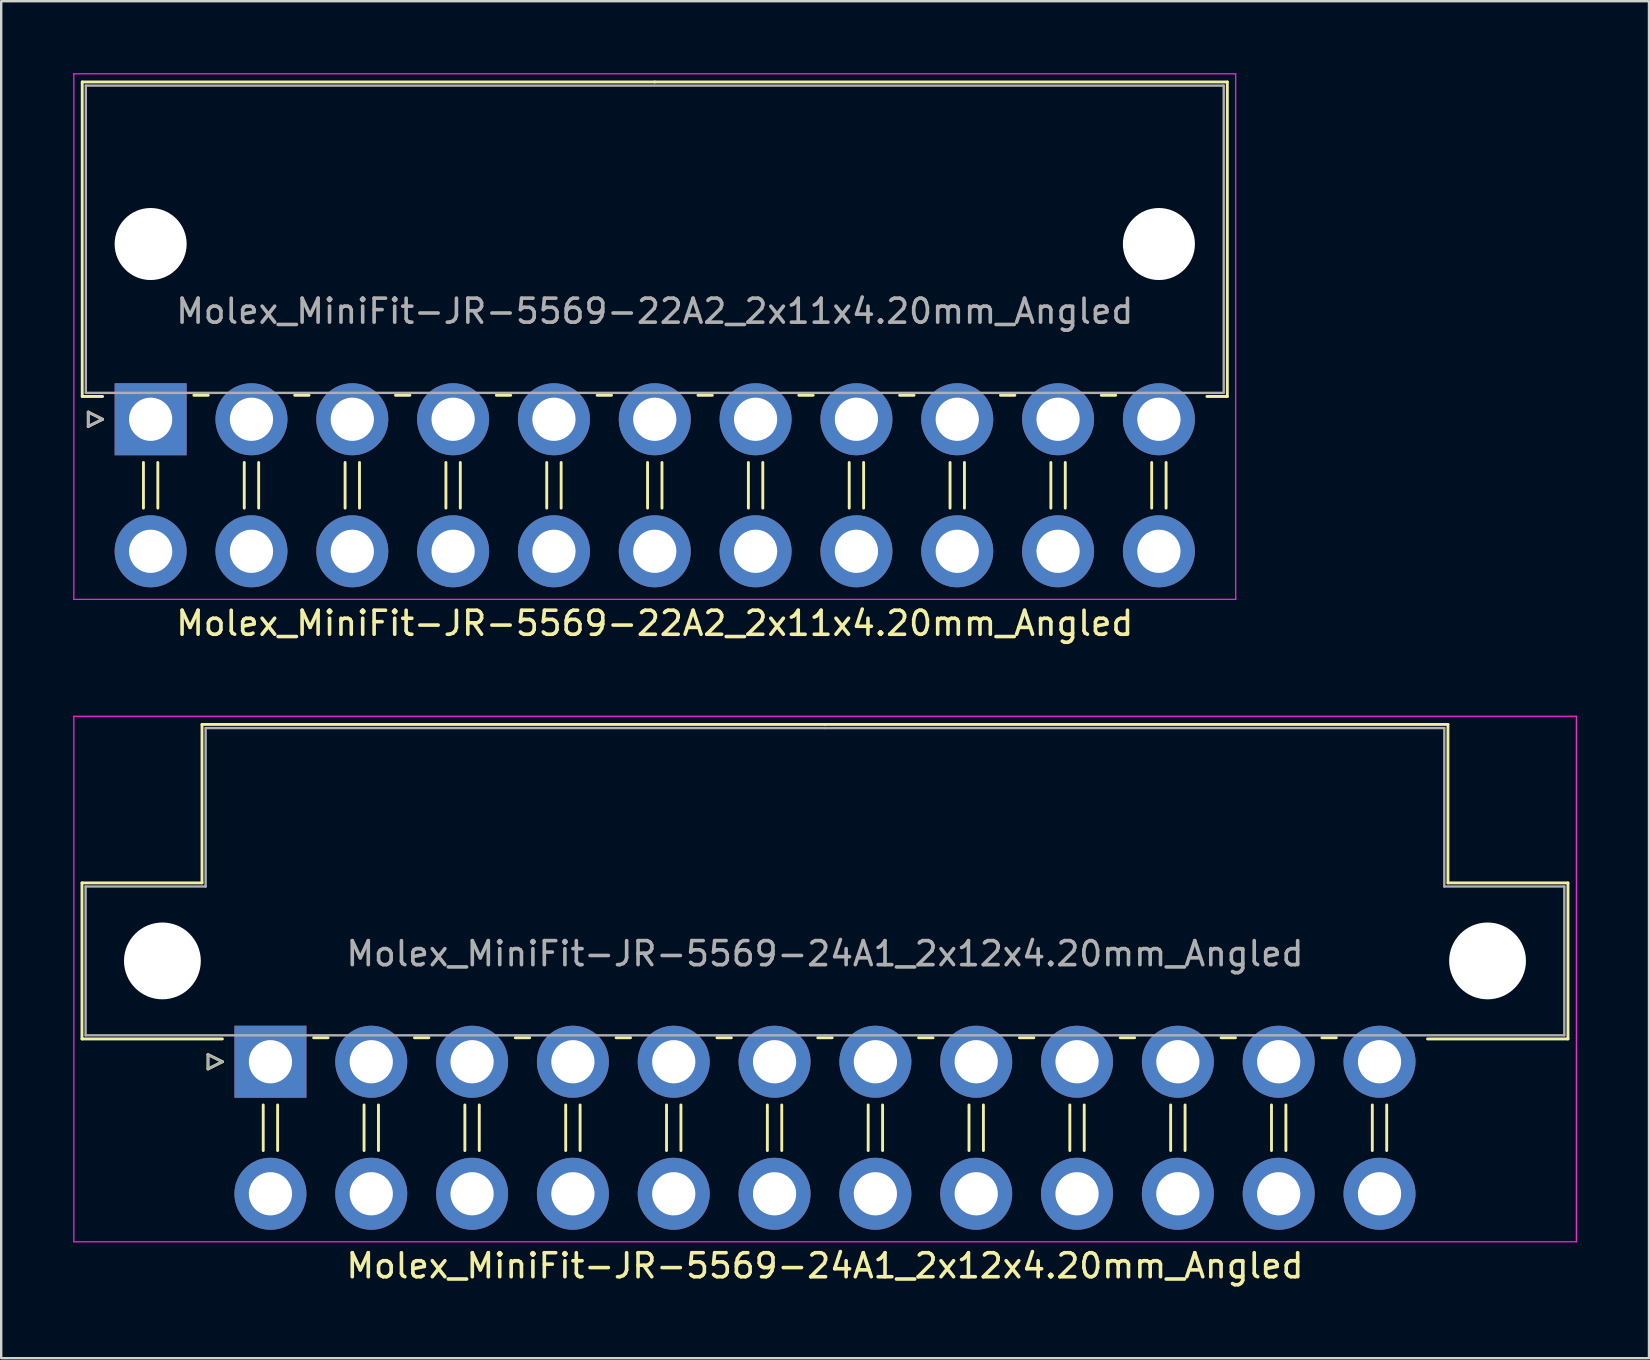
<source format=kicad_pcb>
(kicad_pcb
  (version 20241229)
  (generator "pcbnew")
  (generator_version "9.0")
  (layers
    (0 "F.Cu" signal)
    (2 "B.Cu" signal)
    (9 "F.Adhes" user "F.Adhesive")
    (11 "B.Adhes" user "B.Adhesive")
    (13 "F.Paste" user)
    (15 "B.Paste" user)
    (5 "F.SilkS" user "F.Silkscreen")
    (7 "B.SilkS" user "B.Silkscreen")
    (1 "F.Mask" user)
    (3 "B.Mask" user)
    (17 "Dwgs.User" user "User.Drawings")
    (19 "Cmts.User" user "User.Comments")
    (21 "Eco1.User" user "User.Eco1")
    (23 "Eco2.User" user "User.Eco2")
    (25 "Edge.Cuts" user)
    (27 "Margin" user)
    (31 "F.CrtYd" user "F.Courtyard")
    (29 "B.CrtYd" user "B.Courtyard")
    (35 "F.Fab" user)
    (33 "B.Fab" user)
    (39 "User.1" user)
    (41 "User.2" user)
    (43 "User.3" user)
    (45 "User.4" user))
  (footprint "Molex_MiniFit-JR-5569-24A1_2x12x4.20mm_Angled"
    (layer "F.Cu")
    (at 8.215 41.178)
    (property "Reference" "Molex_MiniFit-JR-5569-24A1_2x12x4.20mm_Angled" (at 23.1 8.5 0) (layer "F.SilkS") (effects (font (size 1 1) (thickness 0.15))))
    (attr through_hole)
    (fp_line (start -7.85 -7.45) (end -7.85 -0.95) (stroke (width 0.12) (type solid)) (layer "F.SilkS"))
    (fp_line (start -7.85 -0.95) (end -2 -0.95) (stroke (width 0.12) (type solid)) (layer "F.SilkS"))
    (fp_line (start -2.85 -14.05) (end -2.85 -7.45) (stroke (width 0.12) (type solid)) (layer "F.SilkS"))
    (fp_line (start -2.85 -7.45) (end -7.85 -7.45) (stroke (width 0.12) (type solid)) (layer "F.SilkS"))
    (fp_line (start -2.6 -0.3) (end -2 0) (stroke (width 0.12) (type solid)) (layer "F.SilkS"))
    (fp_line (start -2.6 0.3) (end -2.6 -0.3) (stroke (width 0.12) (type solid)) (layer "F.SilkS"))
    (fp_line (start -2 0) (end -2.6 0.3) (stroke (width 0.12) (type solid)) (layer "F.SilkS"))
    (fp_line (start -0.3 1.8) (end -0.3 3.7) (stroke (width 0.12) (type solid)) (layer "F.SilkS"))
    (fp_line (start 0.3 1.8) (end 0.3 3.7) (stroke (width 0.12) (type solid)) (layer "F.SilkS"))
    (fp_line (start 1.8 -1) (end 2.4 -1) (stroke (width 0.12) (type solid)) (layer "F.SilkS"))
    (fp_line (start 3.9 1.8) (end 3.9 3.7) (stroke (width 0.12) (type solid)) (layer "F.SilkS"))
    (fp_line (start 4.5 1.8) (end 4.5 3.7) (stroke (width 0.12) (type solid)) (layer "F.SilkS"))
    (fp_line (start 6 -1) (end 6.6 -1) (stroke (width 0.12) (type solid)) (layer "F.SilkS"))
    (fp_line (start 8.1 1.8) (end 8.1 3.7) (stroke (width 0.12) (type solid)) (layer "F.SilkS"))
    (fp_line (start 8.7 1.8) (end 8.7 3.7) (stroke (width 0.12) (type solid)) (layer "F.SilkS"))
    (fp_line (start 10.2 -1) (end 10.8 -1) (stroke (width 0.12) (type solid)) (layer "F.SilkS"))
    (fp_line (start 12.3 1.8) (end 12.3 3.7) (stroke (width 0.12) (type solid)) (layer "F.SilkS"))
    (fp_line (start 12.9 1.8) (end 12.9 3.7) (stroke (width 0.12) (type solid)) (layer "F.SilkS"))
    (fp_line (start 14.4 -1) (end 15 -1) (stroke (width 0.12) (type solid)) (layer "F.SilkS"))
    (fp_line (start 16.5 1.8) (end 16.5 3.7) (stroke (width 0.12) (type solid)) (layer "F.SilkS"))
    (fp_line (start 17.1 1.8) (end 17.1 3.7) (stroke (width 0.12) (type solid)) (layer "F.SilkS"))
    (fp_line (start 18.6 -1) (end 19.2 -1) (stroke (width 0.12) (type solid)) (layer "F.SilkS"))
    (fp_line (start 20.7 1.8) (end 20.7 3.7) (stroke (width 0.12) (type solid)) (layer "F.SilkS"))
    (fp_line (start 21.3 1.8) (end 21.3 3.7) (stroke (width 0.12) (type solid)) (layer "F.SilkS"))
    (fp_line (start 22.8 -1) (end 23.4 -1) (stroke (width 0.12) (type solid)) (layer "F.SilkS"))
    (fp_line (start 23.1 -14.05) (end -2.85 -14.05) (stroke (width 0.12) (type solid)) (layer "F.SilkS"))
    (fp_line (start 23.1 -14.05) (end 49.05 -14.05) (stroke (width 0.12) (type solid)) (layer "F.SilkS"))
    (fp_line (start 24.9 1.8) (end 24.9 3.7) (stroke (width 0.12) (type solid)) (layer "F.SilkS"))
    (fp_line (start 25.5 1.8) (end 25.5 3.7) (stroke (width 0.12) (type solid)) (layer "F.SilkS"))
    (fp_line (start 27 -1) (end 27.6 -1) (stroke (width 0.12) (type solid)) (layer "F.SilkS"))
    (fp_line (start 29.1 1.8) (end 29.1 3.7) (stroke (width 0.12) (type solid)) (layer "F.SilkS"))
    (fp_line (start 29.7 1.8) (end 29.7 3.7) (stroke (width 0.12) (type solid)) (layer "F.SilkS"))
    (fp_line (start 31.2 -1) (end 31.8 -1) (stroke (width 0.12) (type solid)) (layer "F.SilkS"))
    (fp_line (start 33.3 1.8) (end 33.3 3.7) (stroke (width 0.12) (type solid)) (layer "F.SilkS"))
    (fp_line (start 33.9 1.8) (end 33.9 3.7) (stroke (width 0.12) (type solid)) (layer "F.SilkS"))
    (fp_line (start 35.4 -1) (end 36 -1) (stroke (width 0.12) (type solid)) (layer "F.SilkS"))
    (fp_line (start 37.5 1.8) (end 37.5 3.7) (stroke (width 0.12) (type solid)) (layer "F.SilkS"))
    (fp_line (start 38.1 1.8) (end 38.1 3.7) (stroke (width 0.12) (type solid)) (layer "F.SilkS"))
    (fp_line (start 39.6 -1) (end 40.2 -1) (stroke (width 0.12) (type solid)) (layer "F.SilkS"))
    (fp_line (start 41.7 1.8) (end 41.7 3.7) (stroke (width 0.12) (type solid)) (layer "F.SilkS"))
    (fp_line (start 42.3 1.8) (end 42.3 3.7) (stroke (width 0.12) (type solid)) (layer "F.SilkS"))
    (fp_line (start 43.8 -1) (end 44.4 -1) (stroke (width 0.12) (type solid)) (layer "F.SilkS"))
    (fp_line (start 45.9 1.8) (end 45.9 3.7) (stroke (width 0.12) (type solid)) (layer "F.SilkS"))
    (fp_line (start 46.5 1.8) (end 46.5 3.7) (stroke (width 0.12) (type solid)) (layer "F.SilkS"))
    (fp_line (start 49.05 -14.05) (end 49.05 -7.45) (stroke (width 0.12) (type solid)) (layer "F.SilkS"))
    (fp_line (start 49.05 -7.45) (end 54.05 -7.45) (stroke (width 0.12) (type solid)) (layer "F.SilkS"))
    (fp_line (start 54.05 -7.45) (end 54.05 -0.95) (stroke (width 0.12) (type solid)) (layer "F.SilkS"))
    (fp_line (start 54.05 -0.95) (end 48.2 -0.95) (stroke (width 0.12) (type solid)) (layer "F.SilkS"))
    (fp_line (start -8.19 -14.39) (end -8.19 7.5) (stroke (width 0.05) (type solid)) (layer "F.CrtYd"))
    (fp_line (start -8.19 7.5) (end 54.4 7.5) (stroke (width 0.05) (type solid)) (layer "F.CrtYd"))
    (fp_line (start 54.4 -14.39) (end -8.19 -14.39) (stroke (width 0.05) (type solid)) (layer "F.CrtYd"))
    (fp_line (start 54.4 7.5) (end 54.4 -14.39) (stroke (width 0.05) (type solid)) (layer "F.CrtYd"))
    (fp_line (start -7.7 -7.3) (end -7.7 -1.1) (stroke (width 0.1) (type solid)) (layer "F.Fab"))
    (fp_line (start -7.7 -1.1) (end 23.1 -1.1) (stroke (width 0.1) (type solid)) (layer "F.Fab"))
    (fp_line (start -2.7 -13.9) (end -2.7 -7.3) (stroke (width 0.1) (type solid)) (layer "F.Fab"))
    (fp_line (start -2.7 -7.3) (end -7.7 -7.3) (stroke (width 0.1) (type solid)) (layer "F.Fab"))
    (fp_line (start -2.6 -0.3) (end -2 0) (stroke (width 0.1) (type solid)) (layer "F.Fab"))
    (fp_line (start -2.6 0.3) (end -2.6 -0.3) (stroke (width 0.1) (type solid)) (layer "F.Fab"))
    (fp_line (start -2 0) (end -2.6 0.3) (stroke (width 0.1) (type solid)) (layer "F.Fab"))
    (fp_line (start 23.1 -13.9) (end -2.7 -13.9) (stroke (width 0.1) (type solid)) (layer "F.Fab"))
    (fp_line (start 23.1 -13.9) (end 48.9 -13.9) (stroke (width 0.1) (type solid)) (layer "F.Fab"))
    (fp_line (start 48.9 -13.9) (end 48.9 -7.3) (stroke (width 0.1) (type solid)) (layer "F.Fab"))
    (fp_line (start 48.9 -7.3) (end 53.9 -7.3) (stroke (width 0.1) (type solid)) (layer "F.Fab"))
    (fp_line (start 53.9 -7.3) (end 53.9 -1.1) (stroke (width 0.1) (type solid)) (layer "F.Fab"))
    (fp_line (start 53.9 -1.1) (end 23.1 -1.1) (stroke (width 0.1) (type solid)) (layer "F.Fab"))
    (fp_text user "${REFERENCE}" (at 23.1 -4.5 0) (layer "F.Fab") (effects (font (size 1 1) (thickness 0.15))))
    (pad "" np_thru_hole circle (at -4.5 -4.2) (size 3.2 3.2) (drill 3.2) (layers "*.Cu" "*.Mask"))
    (pad "" np_thru_hole circle (at 50.7 -4.2) (size 3.2 3.2) (drill 3.2) (layers "*.Cu" "*.Mask"))
    (pad "1" thru_hole rect (at 0 0) (size 3 3) (drill 1.8) (layers "*.Cu" "*.Mask"))
    (pad "2" thru_hole circle (at 4.2 0) (size 3 3) (drill 1.8) (layers "*.Cu" "*.Mask"))
    (pad "3" thru_hole circle (at 8.4 0) (size 3 3) (drill 1.8) (layers "*.Cu" "*.Mask"))
    (pad "4" thru_hole circle (at 12.6 0) (size 3 3) (drill 1.8) (layers "*.Cu" "*.Mask"))
    (pad "5" thru_hole circle (at 16.8 0) (size 3 3) (drill 1.8) (layers "*.Cu" "*.Mask"))
    (pad "6" thru_hole circle (at 21 0) (size 3 3) (drill 1.8) (layers "*.Cu" "*.Mask"))
    (pad "7" thru_hole circle (at 25.2 0) (size 3 3) (drill 1.8) (layers "*.Cu" "*.Mask"))
    (pad "8" thru_hole circle (at 29.4 0) (size 3 3) (drill 1.8) (layers "*.Cu" "*.Mask"))
    (pad "9" thru_hole circle (at 33.6 0) (size 3 3) (drill 1.8) (layers "*.Cu" "*.Mask"))
    (pad "10" thru_hole circle (at 37.8 0) (size 3 3) (drill 1.8) (layers "*.Cu" "*.Mask"))
    (pad "11" thru_hole circle (at 42 0) (size 3 3) (drill 1.8) (layers "*.Cu" "*.Mask"))
    (pad "12" thru_hole circle (at 46.2 0) (size 3 3) (drill 1.8) (layers "*.Cu" "*.Mask"))
    (pad "13" thru_hole circle (at 0 5.5) (size 3 3) (drill 1.8) (layers "*.Cu" "*.Mask"))
    (pad "14" thru_hole circle (at 4.2 5.5) (size 3 3) (drill 1.8) (layers "*.Cu" "*.Mask"))
    (pad "15" thru_hole circle (at 8.4 5.5) (size 3 3) (drill 1.8) (layers "*.Cu" "*.Mask"))
    (pad "16" thru_hole circle (at 12.6 5.5) (size 3 3) (drill 1.8) (layers "*.Cu" "*.Mask"))
    (pad "17" thru_hole circle (at 16.8 5.5) (size 3 3) (drill 1.8) (layers "*.Cu" "*.Mask"))
    (pad "18" thru_hole circle (at 21 5.5) (size 3 3) (drill 1.8) (layers "*.Cu" "*.Mask"))
    (pad "19" thru_hole circle (at 25.2 5.5) (size 3 3) (drill 1.8) (layers "*.Cu" "*.Mask"))
    (pad "20" thru_hole circle (at 29.4 5.5) (size 3 3) (drill 1.8) (layers "*.Cu" "*.Mask"))
    (pad "21" thru_hole circle (at 33.6 5.5) (size 3 3) (drill 1.8) (layers "*.Cu" "*.Mask"))
    (pad "22" thru_hole circle (at 37.8 5.5) (size 3 3) (drill 1.8) (layers "*.Cu" "*.Mask"))
    (pad "23" thru_hole circle (at 42 5.5) (size 3 3) (drill 1.8) (layers "*.Cu" "*.Mask"))
    (pad "24" thru_hole circle (at 46.2 5.5) (size 3 3) (drill 1.8) (layers "*.Cu" "*.Mask")))
  (footprint "Molex_MiniFit-JR-5569-22A2_2x11x4.20mm_Angled"
    (layer "F.Cu")
    (at 3.225 14.415)
    (property "Reference" "Molex_MiniFit-JR-5569-22A2_2x11x4.20mm_Angled" (at 21 8.5 0) (layer "F.SilkS") (effects (font (size 1 1) (thickness 0.15))))
    (attr through_hole)
    (fp_line (start -2.85 -14.05) (end 21 -14.05) (stroke (width 0.12) (type solid)) (layer "F.SilkS"))
    (fp_line (start -2.85 -0.95) (end -2.85 -14.05) (stroke (width 0.12) (type solid)) (layer "F.SilkS"))
    (fp_line (start -2.6 -0.3) (end -2 0) (stroke (width 0.12) (type solid)) (layer "F.SilkS"))
    (fp_line (start -2.6 0.3) (end -2.6 -0.3) (stroke (width 0.12) (type solid)) (layer "F.SilkS"))
    (fp_line (start -2 -0.95) (end -2.85 -0.95) (stroke (width 0.12) (type solid)) (layer "F.SilkS"))
    (fp_line (start -2 0) (end -2.6 0.3) (stroke (width 0.12) (type solid)) (layer "F.SilkS"))
    (fp_line (start -0.3 1.8) (end -0.3 3.7) (stroke (width 0.12) (type solid)) (layer "F.SilkS"))
    (fp_line (start 0.3 1.8) (end 0.3 3.7) (stroke (width 0.12) (type solid)) (layer "F.SilkS"))
    (fp_line (start 1.8 -1) (end 2.4 -1) (stroke (width 0.12) (type solid)) (layer "F.SilkS"))
    (fp_line (start 3.9 1.8) (end 3.9 3.7) (stroke (width 0.12) (type solid)) (layer "F.SilkS"))
    (fp_line (start 4.5 1.8) (end 4.5 3.7) (stroke (width 0.12) (type solid)) (layer "F.SilkS"))
    (fp_line (start 6 -1) (end 6.6 -1) (stroke (width 0.12) (type solid)) (layer "F.SilkS"))
    (fp_line (start 8.1 1.8) (end 8.1 3.7) (stroke (width 0.12) (type solid)) (layer "F.SilkS"))
    (fp_line (start 8.7 1.8) (end 8.7 3.7) (stroke (width 0.12) (type solid)) (layer "F.SilkS"))
    (fp_line (start 10.2 -1) (end 10.8 -1) (stroke (width 0.12) (type solid)) (layer "F.SilkS"))
    (fp_line (start 12.3 1.8) (end 12.3 3.7) (stroke (width 0.12) (type solid)) (layer "F.SilkS"))
    (fp_line (start 12.9 1.8) (end 12.9 3.7) (stroke (width 0.12) (type solid)) (layer "F.SilkS"))
    (fp_line (start 14.4 -1) (end 15 -1) (stroke (width 0.12) (type solid)) (layer "F.SilkS"))
    (fp_line (start 16.5 1.8) (end 16.5 3.7) (stroke (width 0.12) (type solid)) (layer "F.SilkS"))
    (fp_line (start 17.1 1.8) (end 17.1 3.7) (stroke (width 0.12) (type solid)) (layer "F.SilkS"))
    (fp_line (start 18.6 -1) (end 19.2 -1) (stroke (width 0.12) (type solid)) (layer "F.SilkS"))
    (fp_line (start 20.7 1.8) (end 20.7 3.7) (stroke (width 0.12) (type solid)) (layer "F.SilkS"))
    (fp_line (start 21.3 1.8) (end 21.3 3.7) (stroke (width 0.12) (type solid)) (layer "F.SilkS"))
    (fp_line (start 22.8 -1) (end 23.4 -1) (stroke (width 0.12) (type solid)) (layer "F.SilkS"))
    (fp_line (start 24.9 1.8) (end 24.9 3.7) (stroke (width 0.12) (type solid)) (layer "F.SilkS"))
    (fp_line (start 25.5 1.8) (end 25.5 3.7) (stroke (width 0.12) (type solid)) (layer "F.SilkS"))
    (fp_line (start 27 -1) (end 27.6 -1) (stroke (width 0.12) (type solid)) (layer "F.SilkS"))
    (fp_line (start 29.1 1.8) (end 29.1 3.7) (stroke (width 0.12) (type solid)) (layer "F.SilkS"))
    (fp_line (start 29.7 1.8) (end 29.7 3.7) (stroke (width 0.12) (type solid)) (layer "F.SilkS"))
    (fp_line (start 31.2 -1) (end 31.8 -1) (stroke (width 0.12) (type solid)) (layer "F.SilkS"))
    (fp_line (start 33.3 1.8) (end 33.3 3.7) (stroke (width 0.12) (type solid)) (layer "F.SilkS"))
    (fp_line (start 33.9 1.8) (end 33.9 3.7) (stroke (width 0.12) (type solid)) (layer "F.SilkS"))
    (fp_line (start 35.4 -1) (end 36 -1) (stroke (width 0.12) (type solid)) (layer "F.SilkS"))
    (fp_line (start 37.5 1.8) (end 37.5 3.7) (stroke (width 0.12) (type solid)) (layer "F.SilkS"))
    (fp_line (start 38.1 1.8) (end 38.1 3.7) (stroke (width 0.12) (type solid)) (layer "F.SilkS"))
    (fp_line (start 39.6 -1) (end 40.2 -1) (stroke (width 0.12) (type solid)) (layer "F.SilkS"))
    (fp_line (start 41.7 1.8) (end 41.7 3.7) (stroke (width 0.12) (type solid)) (layer "F.SilkS"))
    (fp_line (start 42.3 1.8) (end 42.3 3.7) (stroke (width 0.12) (type solid)) (layer "F.SilkS"))
    (fp_line (start 44 -0.95) (end 44.85 -0.95) (stroke (width 0.12) (type solid)) (layer "F.SilkS"))
    (fp_line (start 44.85 -14.05) (end 21 -14.05) (stroke (width 0.12) (type solid)) (layer "F.SilkS"))
    (fp_line (start 44.85 -0.95) (end 44.85 -14.05) (stroke (width 0.12) (type solid)) (layer "F.SilkS"))
    (fp_line (start -3.2 -14.39) (end -3.2 7.5) (stroke (width 0.05) (type solid)) (layer "F.CrtYd"))
    (fp_line (start -3.2 7.5) (end 45.2 7.5) (stroke (width 0.05) (type solid)) (layer "F.CrtYd"))
    (fp_line (start 45.2 -14.39) (end -3.2 -14.39) (stroke (width 0.05) (type solid)) (layer "F.CrtYd"))
    (fp_line (start 45.2 7.5) (end 45.2 -14.39) (stroke (width 0.05) (type solid)) (layer "F.CrtYd"))
    (fp_line (start -2.7 -13.9) (end -2.7 -1.1) (stroke (width 0.1) (type solid)) (layer "F.Fab"))
    (fp_line (start -2.7 -1.1) (end 44.7 -1.1) (stroke (width 0.1) (type solid)) (layer "F.Fab"))
    (fp_line (start -2.6 -0.3) (end -2 0) (stroke (width 0.1) (type solid)) (layer "F.Fab"))
    (fp_line (start -2.6 0.3) (end -2.6 -0.3) (stroke (width 0.1) (type solid)) (layer "F.Fab"))
    (fp_line (start -2 0) (end -2.6 0.3) (stroke (width 0.1) (type solid)) (layer "F.Fab"))
    (fp_line (start 44.7 -13.9) (end -2.7 -13.9) (stroke (width 0.1) (type solid)) (layer "F.Fab"))
    (fp_line (start 44.7 -1.1) (end 44.7 -13.9) (stroke (width 0.1) (type solid)) (layer "F.Fab"))
    (fp_text user "${REFERENCE}" (at 21 -4.5 0) (layer "F.Fab") (effects (font (size 1 1) (thickness 0.15))))
    (pad "" np_thru_hole circle (at 0 -7.3) (size 3 3) (drill 3) (layers "*.Cu" "*.Mask"))
    (pad "" np_thru_hole circle (at 42 -7.3) (size 3 3) (drill 3) (layers "*.Cu" "*.Mask"))
    (pad "1" thru_hole rect (at 0 0) (size 3 3) (drill 1.8) (layers "*.Cu" "*.Mask"))
    (pad "2" thru_hole circle (at 4.2 0) (size 3 3) (drill 1.8) (layers "*.Cu" "*.Mask"))
    (pad "3" thru_hole circle (at 8.4 0) (size 3 3) (drill 1.8) (layers "*.Cu" "*.Mask"))
    (pad "4" thru_hole circle (at 12.6 0) (size 3 3) (drill 1.8) (layers "*.Cu" "*.Mask"))
    (pad "5" thru_hole circle (at 16.8 0) (size 3 3) (drill 1.8) (layers "*.Cu" "*.Mask"))
    (pad "6" thru_hole circle (at 21 0) (size 3 3) (drill 1.8) (layers "*.Cu" "*.Mask"))
    (pad "7" thru_hole circle (at 25.2 0) (size 3 3) (drill 1.8) (layers "*.Cu" "*.Mask"))
    (pad "8" thru_hole circle (at 29.4 0) (size 3 3) (drill 1.8) (layers "*.Cu" "*.Mask"))
    (pad "9" thru_hole circle (at 33.6 0) (size 3 3) (drill 1.8) (layers "*.Cu" "*.Mask"))
    (pad "10" thru_hole circle (at 37.8 0) (size 3 3) (drill 1.8) (layers "*.Cu" "*.Mask"))
    (pad "11" thru_hole circle (at 42 0) (size 3 3) (drill 1.8) (layers "*.Cu" "*.Mask"))
    (pad "12" thru_hole circle (at 0 5.5) (size 3 3) (drill 1.8) (layers "*.Cu" "*.Mask"))
    (pad "13" thru_hole circle (at 4.2 5.5) (size 3 3) (drill 1.8) (layers "*.Cu" "*.Mask"))
    (pad "14" thru_hole circle (at 8.4 5.5) (size 3 3) (drill 1.8) (layers "*.Cu" "*.Mask"))
    (pad "15" thru_hole circle (at 12.6 5.5) (size 3 3) (drill 1.8) (layers "*.Cu" "*.Mask"))
    (pad "16" thru_hole circle (at 16.8 5.5) (size 3 3) (drill 1.8) (layers "*.Cu" "*.Mask"))
    (pad "17" thru_hole circle (at 21 5.5) (size 3 3) (drill 1.8) (layers "*.Cu" "*.Mask"))
    (pad "18" thru_hole circle (at 25.2 5.5) (size 3 3) (drill 1.8) (layers "*.Cu" "*.Mask"))
    (pad "19" thru_hole circle (at 29.4 5.5) (size 3 3) (drill 1.8) (layers "*.Cu" "*.Mask"))
    (pad "20" thru_hole circle (at 33.6 5.5) (size 3 3) (drill 1.8) (layers "*.Cu" "*.Mask"))
    (pad "21" thru_hole circle (at 37.8 5.5) (size 3 3) (drill 1.8) (layers "*.Cu" "*.Mask"))
    (pad "22" thru_hole circle (at 42 5.5) (size 3 3) (drill 1.8) (layers "*.Cu" "*.Mask")))
  (gr_rect
    (start -3 -3)
    (end 65.64 53.526)
    (stroke (width 0.1) (type default))
    (fill no)
    (layer "Edge.Cuts")))
</source>
